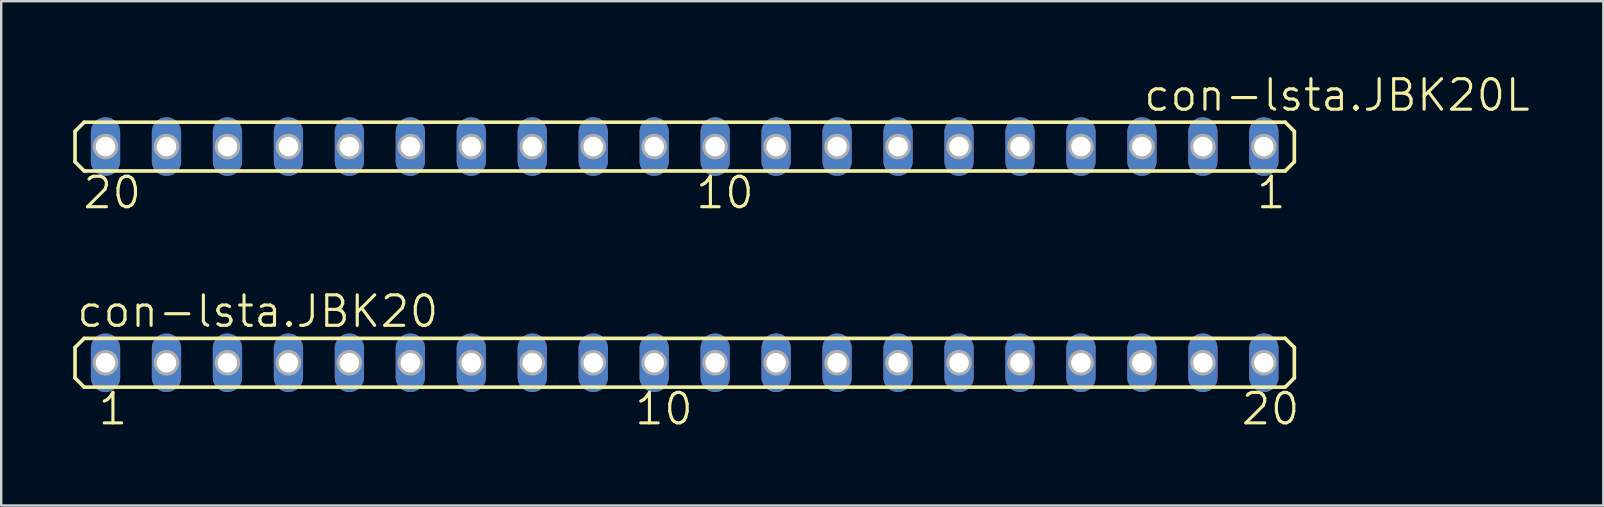
<source format=kicad_pcb>
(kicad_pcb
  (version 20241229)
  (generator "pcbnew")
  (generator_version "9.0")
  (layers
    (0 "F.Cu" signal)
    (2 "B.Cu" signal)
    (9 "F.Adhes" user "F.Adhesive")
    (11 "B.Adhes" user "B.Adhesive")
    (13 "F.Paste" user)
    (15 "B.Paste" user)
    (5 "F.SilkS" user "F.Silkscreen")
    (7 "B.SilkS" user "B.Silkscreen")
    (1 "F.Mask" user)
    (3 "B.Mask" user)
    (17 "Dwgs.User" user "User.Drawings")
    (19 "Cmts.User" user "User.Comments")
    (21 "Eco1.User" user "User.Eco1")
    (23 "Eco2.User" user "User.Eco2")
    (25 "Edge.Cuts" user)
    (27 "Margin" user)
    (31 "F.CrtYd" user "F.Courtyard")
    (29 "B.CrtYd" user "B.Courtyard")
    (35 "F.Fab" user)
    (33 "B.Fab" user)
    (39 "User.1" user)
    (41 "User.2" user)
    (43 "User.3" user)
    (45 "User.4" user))
  (footprint "con-lsta.JBK20"
    (layer "F.Cu")
    (at 25.476 12.063)
    (property "Reference" "con-lsta.JBK20" (at -25.4 -1.397 0) (layer "F.SilkS") (effects (font (size 1.27 1.27) (thickness 0.13)) (justify left bottom)))
    (attr through_hole)
    (fp_line (start -25.4 -0.635) (end -25.019 -1.016) (stroke (width 0.152) (type default)) (layer "F.SilkS"))
    (fp_line (start -25.4 0.635) (end -25.4 -0.635) (stroke (width 0.152) (type default)) (layer "F.SilkS"))
    (fp_line (start -25.019 -1.016) (end 25.019 -1.016) (stroke (width 0.152) (type default)) (layer "F.SilkS"))
    (fp_line (start -25.019 1.016) (end -25.4 0.635) (stroke (width 0.152) (type default)) (layer "F.SilkS"))
    (fp_line (start -25.019 1.016) (end 25.019 1.016) (stroke (width 0.152) (type default)) (layer "F.SilkS"))
    (fp_line (start 25.019 1.016) (end 25.4 0.635) (stroke (width 0.152) (type default)) (layer "F.SilkS"))
    (fp_line (start 25.4 -0.635) (end 25.019 -1.016) (stroke (width 0.152) (type default)) (layer "F.SilkS"))
    (fp_line (start 25.4 0.635) (end 25.4 -0.635) (stroke (width 0.152) (type default)) (layer "F.SilkS"))
    (fp_circle (center -24.13 0) (end -24.003 0) (stroke (width 0.406) (type default)) (fill no) (layer "F.Fab"))
    (fp_circle (center -21.59 0) (end -21.463 0) (stroke (width 0.406) (type default)) (fill no) (layer "F.Fab"))
    (fp_circle (center -19.05 0) (end -18.923 0) (stroke (width 0.406) (type default)) (fill no) (layer "F.Fab"))
    (fp_circle (center -16.51 0) (end -16.383 0) (stroke (width 0.406) (type default)) (fill no) (layer "F.Fab"))
    (fp_circle (center -13.97 0) (end -13.843 0) (stroke (width 0.406) (type default)) (fill no) (layer "F.Fab"))
    (fp_circle (center -11.43 0) (end -11.303 0) (stroke (width 0.406) (type default)) (fill no) (layer "F.Fab"))
    (fp_circle (center -8.89 0) (end -8.763 0) (stroke (width 0.406) (type default)) (fill no) (layer "F.Fab"))
    (fp_circle (center -6.35 0) (end -6.223 0) (stroke (width 0.406) (type default)) (fill no) (layer "F.Fab"))
    (fp_circle (center -3.81 0) (end -3.683 0) (stroke (width 0.406) (type default)) (fill no) (layer "F.Fab"))
    (fp_circle (center -1.27 0) (end -1.143 0) (stroke (width 0.406) (type default)) (fill no) (layer "F.Fab"))
    (fp_circle (center 1.27 0) (end 1.397 0) (stroke (width 0.406) (type default)) (fill no) (layer "F.Fab"))
    (fp_circle (center 3.81 0) (end 3.937 0) (stroke (width 0.406) (type default)) (fill no) (layer "F.Fab"))
    (fp_circle (center 6.35 0) (end 6.477 0) (stroke (width 0.406) (type default)) (fill no) (layer "F.Fab"))
    (fp_circle (center 8.89 0) (end 9.017 0) (stroke (width 0.406) (type default)) (fill no) (layer "F.Fab"))
    (fp_circle (center 11.43 0) (end 11.557 0) (stroke (width 0.406) (type default)) (fill no) (layer "F.Fab"))
    (fp_circle (center 13.97 0) (end 14.097 0) (stroke (width 0.406) (type default)) (fill no) (layer "F.Fab"))
    (fp_circle (center 16.51 0) (end 16.637 0) (stroke (width 0.406) (type default)) (fill no) (layer "F.Fab"))
    (fp_circle (center 19.05 0) (end 19.177 0) (stroke (width 0.406) (type default)) (fill no) (layer "F.Fab"))
    (fp_circle (center 21.59 0) (end 21.717 0) (stroke (width 0.406) (type default)) (fill no) (layer "F.Fab"))
    (fp_circle (center 24.13 0) (end 24.257 0) (stroke (width 0.406) (type default)) (fill no) (layer "F.Fab"))
    (fp_text user "20" (at 23.114 2.667 0) (layer "F.SilkS") (effects (font (size 1.27 1.27) (thickness 0.13)) (justify left bottom)))
    (fp_text user "10" (at -2.159 2.667 0) (layer "F.SilkS") (effects (font (size 1.27 1.27) (thickness 0.13)) (justify left bottom)))
    (fp_text user "1" (at -24.511 2.667 0) (layer "F.SilkS") (effects (font (size 1.27 1.27) (thickness 0.13)) (justify left bottom)))
    (pad "1" thru_hole oval (at -24.13 0 90) (size 2.438 1.219) (drill 0.813) (layers "*.Cu" "*.Mask"))
    (pad "2" thru_hole oval (at -21.59 0 90) (size 2.438 1.219) (drill 0.813) (layers "*.Cu" "*.Mask"))
    (pad "3" thru_hole oval (at -19.05 0 90) (size 2.438 1.219) (drill 0.813) (layers "*.Cu" "*.Mask"))
    (pad "4" thru_hole oval (at -16.51 0 90) (size 2.438 1.219) (drill 0.813) (layers "*.Cu" "*.Mask"))
    (pad "5" thru_hole oval (at -13.97 0 90) (size 2.438 1.219) (drill 0.813) (layers "*.Cu" "*.Mask"))
    (pad "6" thru_hole oval (at -11.43 0 90) (size 2.438 1.219) (drill 0.813) (layers "*.Cu" "*.Mask"))
    (pad "7" thru_hole oval (at -8.89 0 90) (size 2.438 1.219) (drill 0.813) (layers "*.Cu" "*.Mask"))
    (pad "8" thru_hole oval (at -6.35 0 90) (size 2.438 1.219) (drill 0.813) (layers "*.Cu" "*.Mask"))
    (pad "9" thru_hole oval (at -3.81 0 90) (size 2.438 1.219) (drill 0.813) (layers "*.Cu" "*.Mask"))
    (pad "10" thru_hole oval (at -1.27 0 90) (size 2.438 1.219) (drill 0.813) (layers "*.Cu" "*.Mask"))
    (pad "11" thru_hole oval (at 1.27 0 90) (size 2.438 1.219) (drill 0.813) (layers "*.Cu" "*.Mask"))
    (pad "12" thru_hole oval (at 3.81 0 90) (size 2.438 1.219) (drill 0.813) (layers "*.Cu" "*.Mask"))
    (pad "13" thru_hole oval (at 6.35 0 90) (size 2.438 1.219) (drill 0.813) (layers "*.Cu" "*.Mask"))
    (pad "14" thru_hole oval (at 8.89 0 90) (size 2.438 1.219) (drill 0.813) (layers "*.Cu" "*.Mask"))
    (pad "15" thru_hole oval (at 11.43 0 90) (size 2.438 1.219) (drill 0.813) (layers "*.Cu" "*.Mask"))
    (pad "16" thru_hole oval (at 13.97 0 90) (size 2.438 1.219) (drill 0.813) (layers "*.Cu" "*.Mask"))
    (pad "17" thru_hole oval (at 16.51 0 90) (size 2.438 1.219) (drill 0.813) (layers "*.Cu" "*.Mask"))
    (pad "18" thru_hole oval (at 19.05 0 90) (size 2.438 1.219) (drill 0.813) (layers "*.Cu" "*.Mask"))
    (pad "19" thru_hole oval (at 21.59 0 90) (size 2.438 1.219) (drill 0.813) (layers "*.Cu" "*.Mask"))
    (pad "20" thru_hole oval (at 24.13 0 90) (size 2.438 1.219) (drill 0.813) (layers "*.Cu" "*.Mask")))
  (footprint "con-lsta.JBK20L"
    (layer "F.Cu")
    (at 25.476 3.057)
    (property "Reference" "con-lsta.JBK20L" (at 19.05 -1.397 0) (layer "F.SilkS") (effects (font (size 1.27 1.27) (thickness 0.13)) (justify left bottom)))
    (attr through_hole)
    (fp_line (start -25.4 -0.635) (end -25.019 -1.016) (stroke (width 0.152) (type default)) (layer "F.SilkS"))
    (fp_line (start -25.4 0.635) (end -25.4 -0.635) (stroke (width 0.152) (type default)) (layer "F.SilkS"))
    (fp_line (start -25.019 -1.016) (end 25.019 -1.016) (stroke (width 0.152) (type default)) (layer "F.SilkS"))
    (fp_line (start -25.019 1.016) (end -25.4 0.635) (stroke (width 0.152) (type default)) (layer "F.SilkS"))
    (fp_line (start -25.019 1.016) (end 25.019 1.016) (stroke (width 0.152) (type default)) (layer "F.SilkS"))
    (fp_line (start 25.019 1.016) (end 25.4 0.635) (stroke (width 0.152) (type default)) (layer "F.SilkS"))
    (fp_line (start 25.4 -0.635) (end 25.019 -1.016) (stroke (width 0.152) (type default)) (layer "F.SilkS"))
    (fp_line (start 25.4 0.635) (end 25.4 -0.635) (stroke (width 0.152) (type default)) (layer "F.SilkS"))
    (fp_circle (center -24.13 0) (end -24.003 0) (stroke (width 0.406) (type default)) (fill no) (layer "F.Fab"))
    (fp_circle (center -21.59 0) (end -21.463 0) (stroke (width 0.406) (type default)) (fill no) (layer "F.Fab"))
    (fp_circle (center -19.05 0) (end -18.923 0) (stroke (width 0.406) (type default)) (fill no) (layer "F.Fab"))
    (fp_circle (center -16.51 0) (end -16.383 0) (stroke (width 0.406) (type default)) (fill no) (layer "F.Fab"))
    (fp_circle (center -13.97 0) (end -13.843 0) (stroke (width 0.406) (type default)) (fill no) (layer "F.Fab"))
    (fp_circle (center -11.43 0) (end -11.303 0) (stroke (width 0.406) (type default)) (fill no) (layer "F.Fab"))
    (fp_circle (center -8.89 0) (end -8.763 0) (stroke (width 0.406) (type default)) (fill no) (layer "F.Fab"))
    (fp_circle (center -6.35 0) (end -6.223 0) (stroke (width 0.406) (type default)) (fill no) (layer "F.Fab"))
    (fp_circle (center -3.81 0) (end -3.683 0) (stroke (width 0.406) (type default)) (fill no) (layer "F.Fab"))
    (fp_circle (center -1.27 0) (end -1.143 0) (stroke (width 0.406) (type default)) (fill no) (layer "F.Fab"))
    (fp_circle (center 1.27 0) (end 1.397 0) (stroke (width 0.406) (type default)) (fill no) (layer "F.Fab"))
    (fp_circle (center 3.81 0) (end 3.937 0) (stroke (width 0.406) (type default)) (fill no) (layer "F.Fab"))
    (fp_circle (center 6.35 0) (end 6.477 0) (stroke (width 0.406) (type default)) (fill no) (layer "F.Fab"))
    (fp_circle (center 8.89 0) (end 9.017 0) (stroke (width 0.406) (type default)) (fill no) (layer "F.Fab"))
    (fp_circle (center 11.43 0) (end 11.557 0) (stroke (width 0.406) (type default)) (fill no) (layer "F.Fab"))
    (fp_circle (center 13.97 0) (end 14.097 0) (stroke (width 0.406) (type default)) (fill no) (layer "F.Fab"))
    (fp_circle (center 16.51 0) (end 16.637 0) (stroke (width 0.406) (type default)) (fill no) (layer "F.Fab"))
    (fp_circle (center 19.05 0) (end 19.177 0) (stroke (width 0.406) (type default)) (fill no) (layer "F.Fab"))
    (fp_circle (center 21.59 0) (end 21.717 0) (stroke (width 0.406) (type default)) (fill no) (layer "F.Fab"))
    (fp_circle (center 24.13 0) (end 24.257 0) (stroke (width 0.406) (type default)) (fill no) (layer "F.Fab"))
    (fp_text user "20" (at -25.146 2.667 0) (layer "F.SilkS") (effects (font (size 1.27 1.27) (thickness 0.13)) (justify left bottom)))
    (fp_text user "10" (at 0.381 2.667 0) (layer "F.SilkS") (effects (font (size 1.27 1.27) (thickness 0.13)) (justify left bottom)))
    (fp_text user "1" (at 23.749 2.667 0) (layer "F.SilkS") (effects (font (size 1.27 1.27) (thickness 0.13)) (justify left bottom)))
    (pad "1" thru_hole oval (at 24.13 0 90) (size 2.438 1.219) (drill 0.813) (layers "*.Cu" "*.Mask"))
    (pad "2" thru_hole oval (at 21.59 0 90) (size 2.438 1.219) (drill 0.813) (layers "*.Cu" "*.Mask"))
    (pad "3" thru_hole oval (at 19.05 0 90) (size 2.438 1.219) (drill 0.813) (layers "*.Cu" "*.Mask"))
    (pad "4" thru_hole oval (at 16.51 0 90) (size 2.438 1.219) (drill 0.813) (layers "*.Cu" "*.Mask"))
    (pad "5" thru_hole oval (at 13.97 0 90) (size 2.438 1.219) (drill 0.813) (layers "*.Cu" "*.Mask"))
    (pad "6" thru_hole oval (at 11.43 0 90) (size 2.438 1.219) (drill 0.813) (layers "*.Cu" "*.Mask"))
    (pad "7" thru_hole oval (at 8.89 0 90) (size 2.438 1.219) (drill 0.813) (layers "*.Cu" "*.Mask"))
    (pad "8" thru_hole oval (at 6.35 0 90) (size 2.438 1.219) (drill 0.813) (layers "*.Cu" "*.Mask"))
    (pad "9" thru_hole oval (at 3.81 0 90) (size 2.438 1.219) (drill 0.813) (layers "*.Cu" "*.Mask"))
    (pad "10" thru_hole oval (at 1.27 0 90) (size 2.438 1.219) (drill 0.813) (layers "*.Cu" "*.Mask"))
    (pad "11" thru_hole oval (at -1.27 0 90) (size 2.438 1.219) (drill 0.813) (layers "*.Cu" "*.Mask"))
    (pad "12" thru_hole oval (at -3.81 0 90) (size 2.438 1.219) (drill 0.813) (layers "*.Cu" "*.Mask"))
    (pad "13" thru_hole oval (at -6.35 0 90) (size 2.438 1.219) (drill 0.813) (layers "*.Cu" "*.Mask"))
    (pad "14" thru_hole oval (at -8.89 0 90) (size 2.438 1.219) (drill 0.813) (layers "*.Cu" "*.Mask"))
    (pad "15" thru_hole oval (at -11.43 0 90) (size 2.438 1.219) (drill 0.813) (layers "*.Cu" "*.Mask"))
    (pad "16" thru_hole oval (at -13.97 0 90) (size 2.438 1.219) (drill 0.813) (layers "*.Cu" "*.Mask"))
    (pad "17" thru_hole oval (at -16.51 0 90) (size 2.438 1.219) (drill 0.813) (layers "*.Cu" "*.Mask"))
    (pad "18" thru_hole oval (at -19.05 0 90) (size 2.438 1.219) (drill 0.813) (layers "*.Cu" "*.Mask"))
    (pad "19" thru_hole oval (at -21.59 0 90) (size 2.438 1.219) (drill 0.813) (layers "*.Cu" "*.Mask"))
    (pad "20" thru_hole oval (at -24.13 0 90) (size 2.438 1.219) (drill 0.813) (layers "*.Cu" "*.Mask")))
  (gr_rect
    (start -3 -3)
    (end 63.749 18.012)
    (stroke (width 0.1) (type default))
    (fill no)
    (layer "Edge.Cuts")))
</source>
